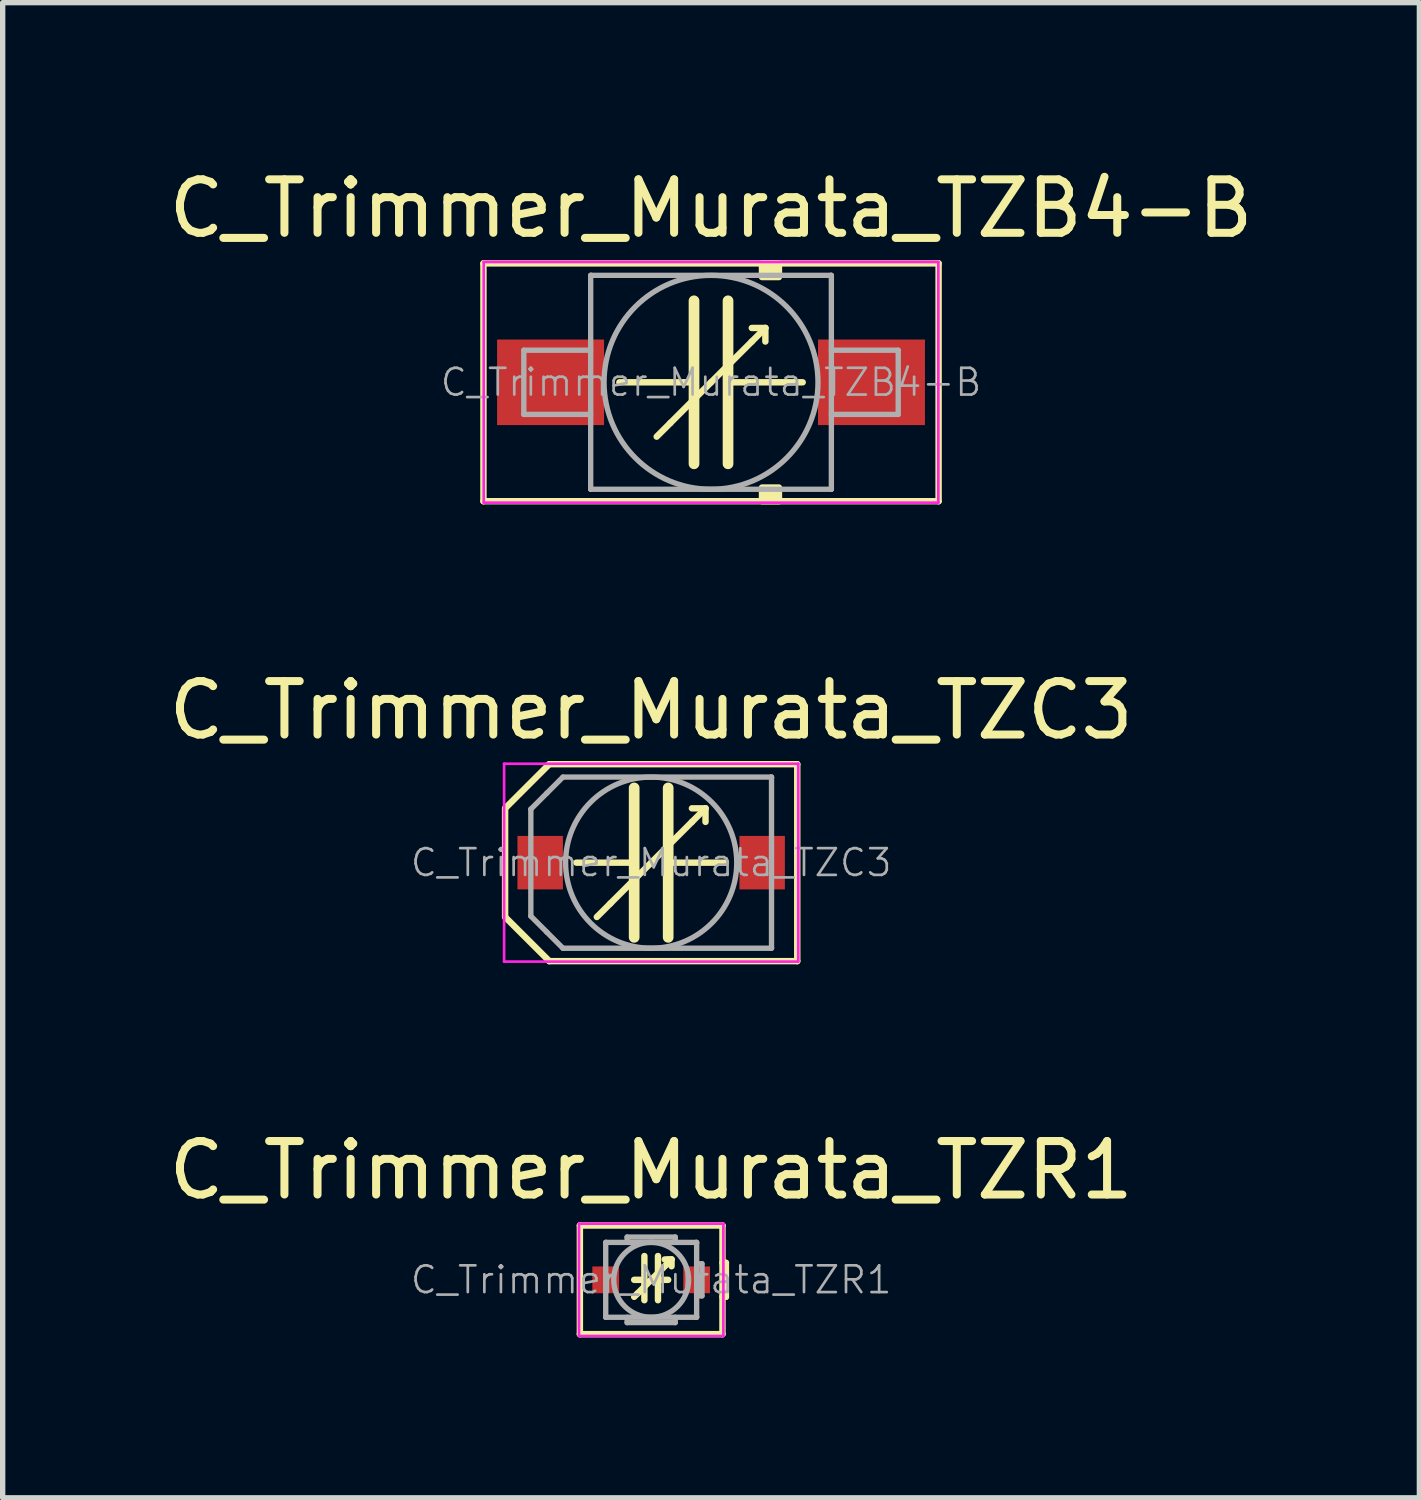
<source format=kicad_pcb>
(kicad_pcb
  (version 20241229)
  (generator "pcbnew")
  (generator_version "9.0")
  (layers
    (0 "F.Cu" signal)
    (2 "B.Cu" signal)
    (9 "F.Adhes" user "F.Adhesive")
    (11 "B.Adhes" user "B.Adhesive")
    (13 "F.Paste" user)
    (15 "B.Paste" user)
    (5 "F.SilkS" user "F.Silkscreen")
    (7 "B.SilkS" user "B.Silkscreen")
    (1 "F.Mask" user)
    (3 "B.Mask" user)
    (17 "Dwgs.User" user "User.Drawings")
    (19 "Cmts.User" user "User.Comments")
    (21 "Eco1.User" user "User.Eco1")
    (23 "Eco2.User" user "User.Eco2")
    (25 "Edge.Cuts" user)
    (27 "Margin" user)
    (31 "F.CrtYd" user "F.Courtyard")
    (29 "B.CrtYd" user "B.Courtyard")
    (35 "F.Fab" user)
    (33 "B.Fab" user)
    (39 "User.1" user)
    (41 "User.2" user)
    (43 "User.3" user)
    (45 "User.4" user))
  (footprint "C_Trimmer_Murata_TZB4-B"
    (layer "F.Cu")
    (at 10.244 4.098)
    (property "Reference" "C_Trimmer_Murata_TZB4-B" (at 0 -3.25 0) (layer "F.SilkS") (effects (font (size 1 1) (thickness 0.15))))
    (attr smd)
    (fp_line (start -4.255 -2.223) (end -4.255 2.223) (stroke (width 0.12) (type solid)) (layer "F.SilkS"))
    (fp_line (start -4.255 2.223) (end 4.255 2.223) (stroke (width 0.12) (type solid)) (layer "F.SilkS"))
    (fp_line (start -0.762 0.762) (end -1.016 1.016) (stroke (width 0.12) (type solid)) (layer "F.SilkS"))
    (fp_line (start -0.318 -1.524) (end -0.318 1.524) (stroke (width 0.2) (type solid)) (layer "F.SilkS"))
    (fp_line (start -0.318 0) (end -1.714 0) (stroke (width 0.12) (type solid)) (layer "F.SilkS"))
    (fp_line (start 0 0) (end -0.762 0.762) (stroke (width 0.12) (type solid)) (layer "F.SilkS"))
    (fp_line (start 0 0) (end 0.762 -0.762) (stroke (width 0.12) (type solid)) (layer "F.SilkS"))
    (fp_line (start 0.318 -1.524) (end 0.318 1.524) (stroke (width 0.2) (type solid)) (layer "F.SilkS"))
    (fp_line (start 0.762 -0.762) (end 1.016 -1.016) (stroke (width 0.12) (type solid)) (layer "F.SilkS"))
    (fp_line (start 1.016 -1.016) (end 0.762 -1.016) (stroke (width 0.12) (type solid)) (layer "F.SilkS"))
    (fp_line (start 1.016 -1.016) (end 1.016 -0.762) (stroke (width 0.12) (type solid)) (layer "F.SilkS"))
    (fp_line (start 1.714 0) (end 0.318 0) (stroke (width 0.12) (type solid)) (layer "F.SilkS"))
    (fp_line (start 4.255 -2.223) (end -4.255 -2.223) (stroke (width 0.12) (type solid)) (layer "F.SilkS"))
    (fp_line (start 4.255 2.223) (end 4.255 -2.223) (stroke (width 0.12) (type solid)) (layer "F.SilkS"))
    (fp_rect (start 0.953 -2.223) (end 1.27 -1.968) (stroke (width 0.12) (type solid)) (fill yes) (layer "F.SilkS"))
    (fp_rect (start 0.953 1.968) (end 1.27 2.223) (stroke (width 0.12) (type solid)) (fill yes) (layer "F.SilkS"))
    (fp_line (start -4.25 -2.25) (end -4.25 2.25) (stroke (width 0.05) (type solid)) (layer "F.CrtYd"))
    (fp_line (start -4.25 2.25) (end 4.25 2.25) (stroke (width 0.05) (type solid)) (layer "F.CrtYd"))
    (fp_line (start 4.25 -2.25) (end -4.25 -2.25) (stroke (width 0.05) (type solid)) (layer "F.CrtYd"))
    (fp_line (start 4.25 2.25) (end 4.25 -2.25) (stroke (width 0.05) (type solid)) (layer "F.CrtYd"))
    (fp_line (start -3.5 -0.6) (end -3.5 0.6) (stroke (width 0.1) (type solid)) (layer "F.Fab"))
    (fp_line (start -3.5 0.6) (end -2.25 0.6) (stroke (width 0.1) (type solid)) (layer "F.Fab"))
    (fp_line (start -2.25 -2) (end -2.24 -2) (stroke (width 0.1) (type solid)) (layer "F.Fab"))
    (fp_line (start -2.25 -1.99) (end -2.25 -2) (stroke (width 0.1) (type solid)) (layer "F.Fab"))
    (fp_line (start -2.25 -0.6) (end -3.5 -0.6) (stroke (width 0.1) (type solid)) (layer "F.Fab"))
    (fp_line (start -2.25 1.99) (end -2.25 -1.99) (stroke (width 0.1) (type solid)) (layer "F.Fab"))
    (fp_line (start -2.25 2) (end -2.25 1.99) (stroke (width 0.1) (type solid)) (layer "F.Fab"))
    (fp_line (start -2.24 -2) (end 2.24 -2) (stroke (width 0.1) (type solid)) (layer "F.Fab"))
    (fp_line (start -2.24 2) (end -2.25 2) (stroke (width 0.1) (type solid)) (layer "F.Fab"))
    (fp_line (start 2.24 -2) (end 2.25 -2) (stroke (width 0.1) (type solid)) (layer "F.Fab"))
    (fp_line (start 2.24 2) (end -2.24 2) (stroke (width 0.1) (type solid)) (layer "F.Fab"))
    (fp_line (start 2.25 -2) (end 2.25 -1.99) (stroke (width 0.1) (type solid)) (layer "F.Fab"))
    (fp_line (start 2.25 -1.99) (end 2.25 1.99) (stroke (width 0.1) (type solid)) (layer "F.Fab"))
    (fp_line (start 2.25 -0.6) (end 3.5 -0.6) (stroke (width 0.1) (type solid)) (layer "F.Fab"))
    (fp_line (start 2.25 1.99) (end 2.25 2) (stroke (width 0.1) (type solid)) (layer "F.Fab"))
    (fp_line (start 2.25 2) (end 2.24 2) (stroke (width 0.1) (type solid)) (layer "F.Fab"))
    (fp_line (start 3.5 -0.6) (end 3.5 0.6) (stroke (width 0.1) (type solid)) (layer "F.Fab"))
    (fp_line (start 3.5 0.6) (end 2.25 0.6) (stroke (width 0.1) (type solid)) (layer "F.Fab"))
    (fp_circle (center 0 0) (end 2 0) (stroke (width 0.1) (type solid)) (fill no) (layer "F.Fab"))
    (fp_text user "${REFERENCE}" (at 0 0 0) (layer "F.Fab") (effects (font (size 0.5 0.5) (thickness 0.05))))
    (pad "1" smd rect (at -3 0) (size 2 1.6) (layers "F.Cu" "F.Mask" "F.Paste"))
    (pad "2" smd rect (at 3 0) (size 2 1.6) (layers "F.Cu" "F.Mask" "F.Paste")))
  (footprint "C_Trimmer_Murata_TZR1"
    (layer "F.Cu")
    (at 9.125 20.879)
    (property "Reference" "C_Trimmer_Murata_TZR1" (at 0 -2.05 0) (layer "F.SilkS") (effects (font (size 1 1) (thickness 0.15))))
    (attr smd)
    (fp_line (start -1.333 -1.016) (end -1.333 1.016) (stroke (width 0.12) (type solid)) (layer "F.SilkS"))
    (fp_line (start -1.333 1.016) (end 1.333 1.016) (stroke (width 0.12) (type solid)) (layer "F.SilkS"))
    (fp_line (start -0.254 0.254) (end -0.318 0.318) (stroke (width 0.12) (type solid)) (layer "F.SilkS"))
    (fp_line (start -0.127 -0.445) (end -0.127 0.381) (stroke (width 0.12) (type solid)) (layer "F.SilkS"))
    (fp_line (start -0.127 0) (end -0.318 0) (stroke (width 0.12) (type solid)) (layer "F.SilkS"))
    (fp_line (start 0 0) (end -0.254 0.254) (stroke (width 0.12) (type solid)) (layer "F.SilkS"))
    (fp_line (start 0 0) (end 0.381 -0.381) (stroke (width 0.12) (type solid)) (layer "F.SilkS"))
    (fp_line (start 0.127 -0.445) (end 0.127 0.381) (stroke (width 0.12) (type solid)) (layer "F.SilkS"))
    (fp_line (start 0.127 0) (end 0.318 0) (stroke (width 0.12) (type solid)) (layer "F.SilkS"))
    (fp_line (start 0.318 -0.381) (end 0.254 -0.381) (stroke (width 0.12) (type solid)) (layer "F.SilkS"))
    (fp_line (start 0.381 -0.381) (end 0.318 -0.381) (stroke (width 0.12) (type solid)) (layer "F.SilkS"))
    (fp_line (start 0.381 -0.381) (end 0.381 -0.254) (stroke (width 0.12) (type solid)) (layer "F.SilkS"))
    (fp_line (start 1.333 -1.016) (end -1.333 -1.016) (stroke (width 0.12) (type solid)) (layer "F.SilkS"))
    (fp_line (start 1.333 -0.318) (end 1.397 -0.318) (stroke (width 0.12) (type solid)) (layer "F.SilkS"))
    (fp_line (start 1.333 1.016) (end 1.333 -1.016) (stroke (width 0.12) (type solid)) (layer "F.SilkS"))
    (fp_line (start 1.397 -0.318) (end 1.397 0.318) (stroke (width 0.12) (type solid)) (layer "F.SilkS"))
    (fp_line (start 1.397 0.318) (end 1.333 0.318) (stroke (width 0.12) (type solid)) (layer "F.SilkS"))
    (fp_line (start -1.35 -1.05) (end -1.35 1.05) (stroke (width 0.05) (type solid)) (layer "F.CrtYd"))
    (fp_line (start -1.35 1.05) (end 1.35 1.05) (stroke (width 0.05) (type solid)) (layer "F.CrtYd"))
    (fp_line (start 1.35 -1.05) (end -1.35 -1.05) (stroke (width 0.05) (type solid)) (layer "F.CrtYd"))
    (fp_line (start 1.35 1.05) (end 1.35 -1.05) (stroke (width 0.05) (type solid)) (layer "F.CrtYd"))
    (fp_line (start -0.85 -0.7) (end -0.84 -0.7) (stroke (width 0.1) (type solid)) (layer "F.Fab"))
    (fp_line (start -0.85 -0.69) (end -0.85 -0.7) (stroke (width 0.1) (type solid)) (layer "F.Fab"))
    (fp_line (start -0.85 0.69) (end -0.85 -0.69) (stroke (width 0.1) (type solid)) (layer "F.Fab"))
    (fp_line (start -0.85 0.7) (end -0.85 0.69) (stroke (width 0.1) (type solid)) (layer "F.Fab"))
    (fp_line (start -0.84 -0.7) (end 0.84 -0.7) (stroke (width 0.1) (type solid)) (layer "F.Fab"))
    (fp_line (start -0.84 0.7) (end -0.85 0.7) (stroke (width 0.1) (type solid)) (layer "F.Fab"))
    (fp_line (start -0.45 -0.8) (end 0.45 -0.8) (stroke (width 0.1) (type solid)) (layer "F.Fab"))
    (fp_line (start -0.45 -0.7) (end -0.45 -0.8) (stroke (width 0.1) (type solid)) (layer "F.Fab"))
    (fp_line (start -0.45 0.7) (end -0.45 0.8) (stroke (width 0.1) (type solid)) (layer "F.Fab"))
    (fp_line (start -0.45 0.8) (end 0.45 0.8) (stroke (width 0.1) (type solid)) (layer "F.Fab"))
    (fp_line (start 0.45 -0.8) (end 0.45 -0.7) (stroke (width 0.1) (type solid)) (layer "F.Fab"))
    (fp_line (start 0.45 0.8) (end 0.45 0.7) (stroke (width 0.1) (type solid)) (layer "F.Fab"))
    (fp_line (start 0.84 -0.7) (end 0.85 -0.7) (stroke (width 0.1) (type solid)) (layer "F.Fab"))
    (fp_line (start 0.84 0.7) (end -0.84 0.7) (stroke (width 0.1) (type solid)) (layer "F.Fab"))
    (fp_line (start 0.85 -0.7) (end 0.85 -0.69) (stroke (width 0.1) (type solid)) (layer "F.Fab"))
    (fp_line (start 0.85 -0.69) (end 0.85 0.69) (stroke (width 0.1) (type solid)) (layer "F.Fab"))
    (fp_line (start 0.85 -0.3) (end 0.95 -0.3) (stroke (width 0.1) (type solid)) (layer "F.Fab"))
    (fp_line (start 0.85 0.69) (end 0.85 0.7) (stroke (width 0.1) (type solid)) (layer "F.Fab"))
    (fp_line (start 0.85 0.7) (end 0.84 0.7) (stroke (width 0.1) (type solid)) (layer "F.Fab"))
    (fp_line (start 0.95 -0.3) (end 0.95 0.3) (stroke (width 0.1) (type solid)) (layer "F.Fab"))
    (fp_line (start 0.95 0.3) (end 0.85 0.3) (stroke (width 0.1) (type solid)) (layer "F.Fab"))
    (fp_circle (center 0 0) (end 0.7 0) (stroke (width 0.1) (type solid)) (fill no) (layer "F.Fab"))
    (fp_text user "${REFERENCE}" (at 0 0 0) (layer "F.Fab") (effects (font (size 0.5 0.5) (thickness 0.05))))
    (pad "1" smd rect (at -0.85 0) (size 0.5 0.5) (layers "F.Cu" "F.Mask" "F.Paste"))
    (pad "2" smd rect (at 0.85 0) (size 0.5 0.5) (layers "F.Cu" "F.Mask" "F.Paste")))
  (footprint "C_Trimmer_Murata_TZC3"
    (layer "F.Cu")
    (at 9.125 13.079)
    (property "Reference" "C_Trimmer_Murata_TZC3" (at 0 -2.85 0) (layer "F.SilkS") (effects (font (size 1 1) (thickness 0.15))))
    (attr smd)
    (fp_line (start -2.731 -1.016) (end -2.731 1.016) (stroke (width 0.12) (type solid)) (layer "F.SilkS"))
    (fp_line (start -2.731 -1.016) (end -1.905 -1.841) (stroke (width 0.12) (type solid)) (layer "F.SilkS"))
    (fp_line (start -1.905 1.841) (end -2.731 1.016) (stroke (width 0.12) (type solid)) (layer "F.SilkS"))
    (fp_line (start -1.905 1.841) (end 2.731 1.841) (stroke (width 0.12) (type solid)) (layer "F.SilkS"))
    (fp_line (start -0.762 0.762) (end -1.016 1.016) (stroke (width 0.12) (type solid)) (layer "F.SilkS"))
    (fp_line (start -0.318 -1.397) (end -0.318 1.397) (stroke (width 0.2) (type solid)) (layer "F.SilkS"))
    (fp_line (start -0.318 0) (end -1.397 0) (stroke (width 0.12) (type solid)) (layer "F.SilkS"))
    (fp_line (start 0 0) (end -0.762 0.762) (stroke (width 0.12) (type solid)) (layer "F.SilkS"))
    (fp_line (start 0 0) (end 0.762 -0.762) (stroke (width 0.12) (type solid)) (layer "F.SilkS"))
    (fp_line (start 0.318 -1.397) (end 0.318 1.397) (stroke (width 0.2) (type solid)) (layer "F.SilkS"))
    (fp_line (start 0.762 -0.762) (end 1.016 -1.016) (stroke (width 0.12) (type solid)) (layer "F.SilkS"))
    (fp_line (start 1.016 -1.016) (end 0.762 -1.016) (stroke (width 0.12) (type solid)) (layer "F.SilkS"))
    (fp_line (start 1.016 -1.016) (end 1.016 -0.762) (stroke (width 0.12) (type solid)) (layer "F.SilkS"))
    (fp_line (start 1.397 0) (end 0.318 0) (stroke (width 0.12) (type solid)) (layer "F.SilkS"))
    (fp_line (start 2.731 -1.841) (end -1.905 -1.841) (stroke (width 0.12) (type solid)) (layer "F.SilkS"))
    (fp_line (start 2.731 1.841) (end 2.731 -1.841) (stroke (width 0.12) (type solid)) (layer "F.SilkS"))
    (fp_line (start -2.75 -1.85) (end -2.75 1.85) (stroke (width 0.05) (type solid)) (layer "F.CrtYd"))
    (fp_line (start -2.75 1.85) (end 2.75 1.85) (stroke (width 0.05) (type solid)) (layer "F.CrtYd"))
    (fp_line (start 2.75 -1.85) (end -2.75 -1.85) (stroke (width 0.05) (type solid)) (layer "F.CrtYd"))
    (fp_line (start 2.75 1.85) (end 2.75 -1.85) (stroke (width 0.05) (type solid)) (layer "F.CrtYd"))
    (fp_line (start -2.25 -1) (end -1.95 -1.3) (stroke (width 0.1) (type solid)) (layer "F.Fab"))
    (fp_line (start -2.25 1) (end -2.25 -1) (stroke (width 0.1) (type solid)) (layer "F.Fab"))
    (fp_line (start -1.95 -1.3) (end -1.65 -1.6) (stroke (width 0.1) (type solid)) (layer "F.Fab"))
    (fp_line (start -1.95 1.3) (end -2.25 1) (stroke (width 0.1) (type solid)) (layer "F.Fab"))
    (fp_line (start -1.65 -1.6) (end 2.24 -1.6) (stroke (width 0.1) (type solid)) (layer "F.Fab"))
    (fp_line (start -1.65 1.6) (end -1.95 1.3) (stroke (width 0.1) (type solid)) (layer "F.Fab"))
    (fp_line (start 2.24 -1.6) (end 2.25 -1.6) (stroke (width 0.1) (type solid)) (layer "F.Fab"))
    (fp_line (start 2.24 1.6) (end -1.65 1.6) (stroke (width 0.1) (type solid)) (layer "F.Fab"))
    (fp_line (start 2.25 -1.6) (end 2.25 -1.59) (stroke (width 0.1) (type solid)) (layer "F.Fab"))
    (fp_line (start 2.25 -1.59) (end 2.25 1.59) (stroke (width 0.1) (type solid)) (layer "F.Fab"))
    (fp_line (start 2.25 1.59) (end 2.25 1.6) (stroke (width 0.1) (type solid)) (layer "F.Fab"))
    (fp_line (start 2.25 1.6) (end 2.24 1.6) (stroke (width 0.1) (type solid)) (layer "F.Fab"))
    (fp_circle (center 0 0) (end 1.6 0) (stroke (width 0.1) (type solid)) (fill no) (layer "F.Fab"))
    (fp_text user "${REFERENCE}" (at 0 0 0) (layer "F.Fab") (effects (font (size 0.5 0.5) (thickness 0.05))))
    (pad "1" smd rect (at -2.075 0) (size 0.85 1) (layers "F.Cu" "F.Mask" "F.Paste"))
    (pad "2" smd rect (at 2.075 0) (size 0.85 1) (layers "F.Cu" "F.Mask" "F.Paste")))
  (gr_rect
    (start -3 -3)
    (end 23.488 24.955)
    (stroke (width 0.1) (type default))
    (fill no)
    (layer "Edge.Cuts")))
</source>
